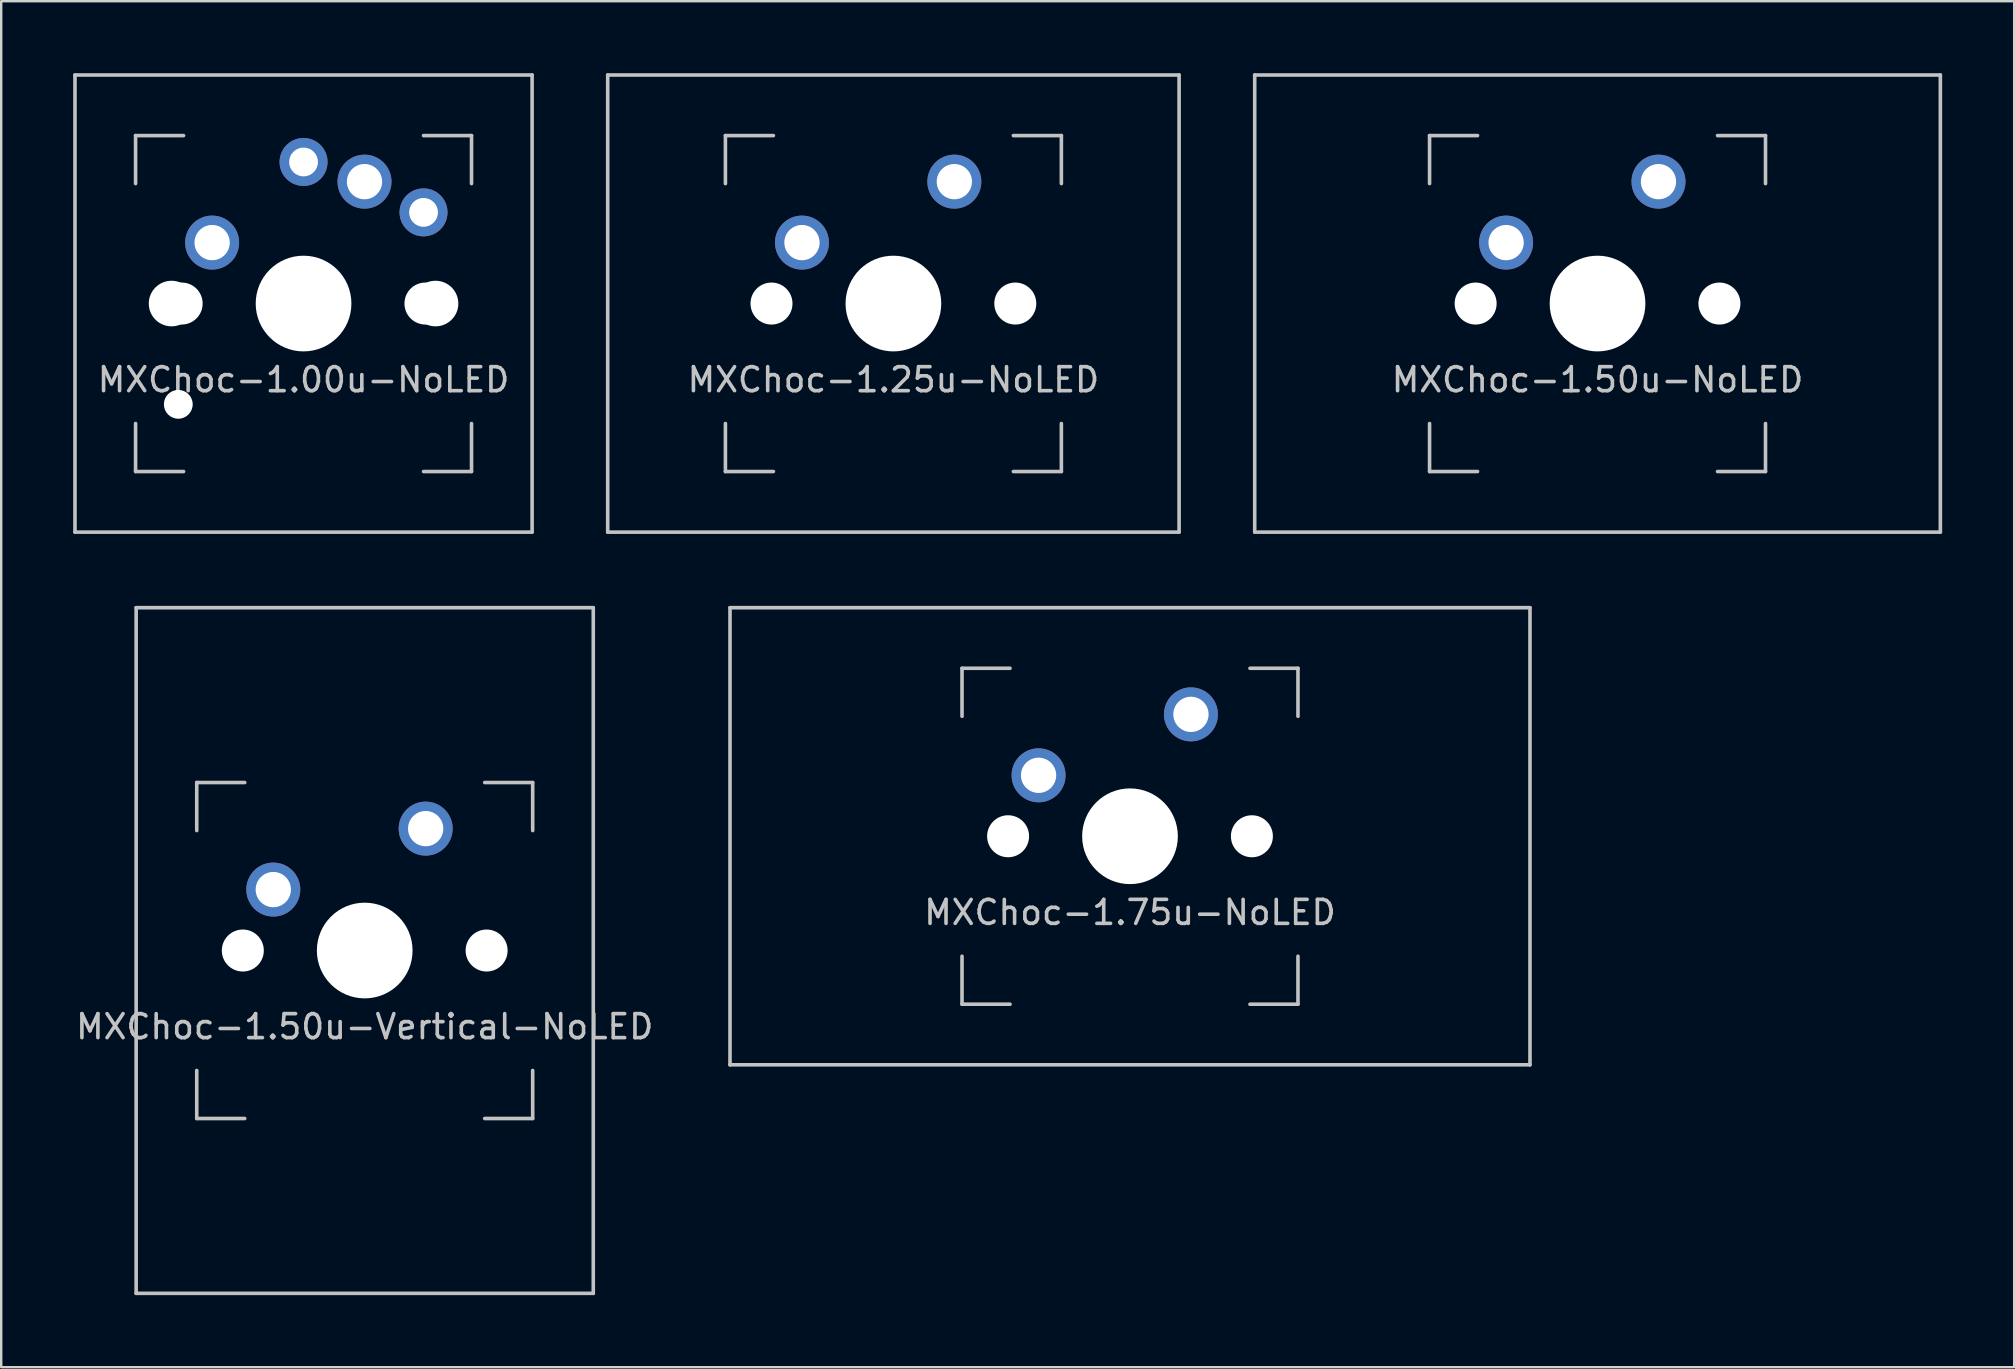
<source format=kicad_pcb>
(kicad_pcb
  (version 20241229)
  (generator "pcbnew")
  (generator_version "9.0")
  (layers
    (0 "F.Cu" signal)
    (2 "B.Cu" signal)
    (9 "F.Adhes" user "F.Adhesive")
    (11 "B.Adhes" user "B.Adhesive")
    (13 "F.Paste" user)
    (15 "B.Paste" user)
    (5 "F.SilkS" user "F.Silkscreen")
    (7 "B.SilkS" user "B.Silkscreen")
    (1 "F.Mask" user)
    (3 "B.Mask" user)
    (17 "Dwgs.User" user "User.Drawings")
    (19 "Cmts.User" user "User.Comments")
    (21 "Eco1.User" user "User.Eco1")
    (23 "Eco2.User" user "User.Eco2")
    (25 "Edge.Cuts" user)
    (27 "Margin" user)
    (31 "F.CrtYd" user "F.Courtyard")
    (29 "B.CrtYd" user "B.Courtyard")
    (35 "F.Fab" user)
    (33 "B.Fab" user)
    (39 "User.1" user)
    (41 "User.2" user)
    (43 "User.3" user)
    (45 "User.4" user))
  (footprint "MXChoc-1.50u-Vertical-NoLED"
    (layer "F.Cu")
    (at 12.149 36.562)
    (property "Reference" "MXChoc-1.50u-Vertical-NoLED" (at 0 3.175 0) (layer "Dwgs.User") (effects (font (size 1 1) (thickness 0.15))))
    (attr through_hole)
    (fp_line (start -9.525 -14.287) (end -9.525 14.287) (stroke (width 0.15) (type solid)) (layer "Dwgs.User"))
    (fp_line (start -7 -7) (end -7 -5) (stroke (width 0.15) (type solid)) (layer "Dwgs.User"))
    (fp_line (start -7 5) (end -7 7) (stroke (width 0.15) (type solid)) (layer "Dwgs.User"))
    (fp_line (start -7 7) (end -5 7) (stroke (width 0.15) (type solid)) (layer "Dwgs.User"))
    (fp_line (start -5 -7) (end -7 -7) (stroke (width 0.15) (type solid)) (layer "Dwgs.User"))
    (fp_line (start 5 -7) (end 7 -7) (stroke (width 0.15) (type solid)) (layer "Dwgs.User"))
    (fp_line (start 5 7) (end 7 7) (stroke (width 0.15) (type solid)) (layer "Dwgs.User"))
    (fp_line (start 7 -7) (end 7 -5) (stroke (width 0.15) (type solid)) (layer "Dwgs.User"))
    (fp_line (start 7 7) (end 7 5) (stroke (width 0.15) (type solid)) (layer "Dwgs.User"))
    (fp_line (start 9.525 -14.287) (end -9.525 -14.287) (stroke (width 0.15) (type solid)) (layer "Dwgs.User"))
    (fp_line (start 9.525 -14.287) (end 9.525 14.287) (stroke (width 0.15) (type solid)) (layer "Dwgs.User"))
    (fp_line (start 9.525 14.287) (end -9.525 14.287) (stroke (width 0.15) (type solid)) (layer "Dwgs.User"))
    (pad "" np_thru_hole circle (at -5.08 0 48.1) (size 1.75 1.75) (drill 1.75) (layers "*.Cu" "*.Mask"))
    (pad "" np_thru_hole circle (at 0 0) (size 3.988 3.988) (drill 3.988) (layers "*.Cu" "*.Mask"))
    (pad "" np_thru_hole circle (at 5.08 0 48.1) (size 1.75 1.75) (drill 1.75) (layers "*.Cu" "*.Mask"))
    (pad "1" thru_hole circle (at -3.81 -2.54) (size 2.25 2.25) (drill 1.47) (layers "*.Cu" "B.Mask"))
    (pad "2" thru_hole circle (at 2.54 -5.08) (size 2.25 2.25) (drill 1.47) (layers "*.Cu" "B.Mask")))
  (footprint "MXChoc-1.75u-NoLED"
    (layer "F.Cu")
    (at 44.041 31.8)
    (property "Reference" "MXChoc-1.75u-NoLED" (at 0 3.175 0) (layer "Dwgs.User") (effects (font (size 1 1) (thickness 0.15))))
    (attr through_hole)
    (fp_line (start -16.669 -9.525) (end 16.669 -9.525) (stroke (width 0.15) (type solid)) (layer "Dwgs.User"))
    (fp_line (start -16.669 9.525) (end -16.669 -9.525) (stroke (width 0.15) (type solid)) (layer "Dwgs.User"))
    (fp_line (start -16.669 9.525) (end 16.669 9.525) (stroke (width 0.15) (type solid)) (layer "Dwgs.User"))
    (fp_line (start -7 -7) (end -7 -5) (stroke (width 0.15) (type solid)) (layer "Dwgs.User"))
    (fp_line (start -7 5) (end -7 7) (stroke (width 0.15) (type solid)) (layer "Dwgs.User"))
    (fp_line (start -7 7) (end -5 7) (stroke (width 0.15) (type solid)) (layer "Dwgs.User"))
    (fp_line (start -5 -7) (end -7 -7) (stroke (width 0.15) (type solid)) (layer "Dwgs.User"))
    (fp_line (start 5 -7) (end 7 -7) (stroke (width 0.15) (type solid)) (layer "Dwgs.User"))
    (fp_line (start 5 7) (end 7 7) (stroke (width 0.15) (type solid)) (layer "Dwgs.User"))
    (fp_line (start 7 -7) (end 7 -5) (stroke (width 0.15) (type solid)) (layer "Dwgs.User"))
    (fp_line (start 7 7) (end 7 5) (stroke (width 0.15) (type solid)) (layer "Dwgs.User"))
    (fp_line (start 16.669 -9.525) (end 16.669 9.525) (stroke (width 0.15) (type solid)) (layer "Dwgs.User"))
    (pad "" np_thru_hole circle (at -5.08 0 48.1) (size 1.75 1.75) (drill 1.75) (layers "*.Cu" "*.Mask"))
    (pad "" np_thru_hole circle (at 0 0) (size 3.988 3.988) (drill 3.988) (layers "*.Cu" "*.Mask"))
    (pad "" np_thru_hole circle (at 5.08 0 48.1) (size 1.75 1.75) (drill 1.75) (layers "*.Cu" "*.Mask"))
    (pad "1" thru_hole circle (at -3.81 -2.54) (size 2.25 2.25) (drill 1.47) (layers "*.Cu" "B.Mask"))
    (pad "2" thru_hole circle (at 2.54 -5.08) (size 2.25 2.25) (drill 1.47) (layers "*.Cu" "B.Mask")))
  (footprint "MXChoc-1.25u-NoLED"
    (layer "F.Cu")
    (at 34.181 9.6)
    (property "Reference" "MXChoc-1.25u-NoLED" (at 0 3.175 0) (layer "Dwgs.User") (effects (font (size 1 1) (thickness 0.15))))
    (attr through_hole)
    (fp_line (start -11.906 -9.525) (end 11.906 -9.525) (stroke (width 0.15) (type solid)) (layer "Dwgs.User"))
    (fp_line (start -11.906 9.525) (end -11.906 -9.525) (stroke (width 0.15) (type solid)) (layer "Dwgs.User"))
    (fp_line (start -11.906 9.525) (end 11.906 9.525) (stroke (width 0.15) (type solid)) (layer "Dwgs.User"))
    (fp_line (start -7 -7) (end -7 -5) (stroke (width 0.15) (type solid)) (layer "Dwgs.User"))
    (fp_line (start -7 5) (end -7 7) (stroke (width 0.15) (type solid)) (layer "Dwgs.User"))
    (fp_line (start -7 7) (end -5 7) (stroke (width 0.15) (type solid)) (layer "Dwgs.User"))
    (fp_line (start -5 -7) (end -7 -7) (stroke (width 0.15) (type solid)) (layer "Dwgs.User"))
    (fp_line (start 5 -7) (end 7 -7) (stroke (width 0.15) (type solid)) (layer "Dwgs.User"))
    (fp_line (start 5 7) (end 7 7) (stroke (width 0.15) (type solid)) (layer "Dwgs.User"))
    (fp_line (start 7 -7) (end 7 -5) (stroke (width 0.15) (type solid)) (layer "Dwgs.User"))
    (fp_line (start 7 7) (end 7 5) (stroke (width 0.15) (type solid)) (layer "Dwgs.User"))
    (fp_line (start 11.906 -9.525) (end 11.906 9.525) (stroke (width 0.15) (type solid)) (layer "Dwgs.User"))
    (pad "" np_thru_hole circle (at -5.08 0 48.1) (size 1.75 1.75) (drill 1.75) (layers "*.Cu" "*.Mask"))
    (pad "" np_thru_hole circle (at 0 0) (size 3.988 3.988) (drill 3.988) (layers "*.Cu" "*.Mask"))
    (pad "" np_thru_hole circle (at 5.08 0 48.1) (size 1.75 1.75) (drill 1.75) (layers "*.Cu" "*.Mask"))
    (pad "1" thru_hole circle (at -3.81 -2.54) (size 2.25 2.25) (drill 1.47) (layers "*.Cu" "B.Mask"))
    (pad "2" thru_hole circle (at 2.54 -5.08) (size 2.25 2.25) (drill 1.47) (layers "*.Cu" "B.Mask")))
  (footprint "MXChoc-1.50u-NoLED"
    (layer "F.Cu")
    (at 63.525 9.6)
    (property "Reference" "MXChoc-1.50u-NoLED" (at 0 3.175 0) (layer "Dwgs.User") (effects (font (size 1 1) (thickness 0.15))))
    (attr through_hole)
    (fp_line (start -14.287 -9.525) (end 14.287 -9.525) (stroke (width 0.15) (type solid)) (layer "Dwgs.User"))
    (fp_line (start -14.287 9.525) (end -14.287 -9.525) (stroke (width 0.15) (type solid)) (layer "Dwgs.User"))
    (fp_line (start -14.287 9.525) (end 14.287 9.525) (stroke (width 0.15) (type solid)) (layer "Dwgs.User"))
    (fp_line (start -7 -7) (end -7 -5) (stroke (width 0.15) (type solid)) (layer "Dwgs.User"))
    (fp_line (start -7 5) (end -7 7) (stroke (width 0.15) (type solid)) (layer "Dwgs.User"))
    (fp_line (start -7 7) (end -5 7) (stroke (width 0.15) (type solid)) (layer "Dwgs.User"))
    (fp_line (start -5 -7) (end -7 -7) (stroke (width 0.15) (type solid)) (layer "Dwgs.User"))
    (fp_line (start 5 -7) (end 7 -7) (stroke (width 0.15) (type solid)) (layer "Dwgs.User"))
    (fp_line (start 5 7) (end 7 7) (stroke (width 0.15) (type solid)) (layer "Dwgs.User"))
    (fp_line (start 7 -7) (end 7 -5) (stroke (width 0.15) (type solid)) (layer "Dwgs.User"))
    (fp_line (start 7 7) (end 7 5) (stroke (width 0.15) (type solid)) (layer "Dwgs.User"))
    (fp_line (start 14.287 -9.525) (end 14.287 9.525) (stroke (width 0.15) (type solid)) (layer "Dwgs.User"))
    (pad "" np_thru_hole circle (at -5.08 0 48.1) (size 1.75 1.75) (drill 1.75) (layers "*.Cu" "*.Mask"))
    (pad "" np_thru_hole circle (at 0 0) (size 3.988 3.988) (drill 3.988) (layers "*.Cu" "*.Mask"))
    (pad "" np_thru_hole circle (at 5.08 0 48.1) (size 1.75 1.75) (drill 1.75) (layers "*.Cu" "*.Mask"))
    (pad "1" thru_hole circle (at -3.81 -2.54) (size 2.25 2.25) (drill 1.47) (layers "*.Cu" "B.Mask"))
    (pad "2" thru_hole circle (at 2.54 -5.08) (size 2.25 2.25) (drill 1.47) (layers "*.Cu" "B.Mask")))
  (footprint "MXChoc-1.00u-NoLED"
    (layer "F.Cu")
    (at 9.6 9.6)
    (property "Reference" "MXChoc-1.00u-NoLED" (at 0 3.175 0) (layer "Dwgs.User") (effects (font (size 1 1) (thickness 0.15))))
    (attr through_hole)
    (fp_line (start -9.525 -9.525) (end 9.525 -9.525) (stroke (width 0.15) (type solid)) (layer "Dwgs.User"))
    (fp_line (start -9.525 9.525) (end -9.525 -9.525) (stroke (width 0.15) (type solid)) (layer "Dwgs.User"))
    (fp_line (start -7 -7) (end -7 -5) (stroke (width 0.15) (type solid)) (layer "Dwgs.User"))
    (fp_line (start -7 5) (end -7 7) (stroke (width 0.15) (type solid)) (layer "Dwgs.User"))
    (fp_line (start -7 7) (end -5 7) (stroke (width 0.15) (type solid)) (layer "Dwgs.User"))
    (fp_line (start -5 -7) (end -7 -7) (stroke (width 0.15) (type solid)) (layer "Dwgs.User"))
    (fp_line (start 5 -7) (end 7 -7) (stroke (width 0.15) (type solid)) (layer "Dwgs.User"))
    (fp_line (start 5 7) (end 7 7) (stroke (width 0.15) (type solid)) (layer "Dwgs.User"))
    (fp_line (start 7 -7) (end 7 -5) (stroke (width 0.15) (type solid)) (layer "Dwgs.User"))
    (fp_line (start 7 7) (end 7 5) (stroke (width 0.15) (type solid)) (layer "Dwgs.User"))
    (fp_line (start 9.525 -9.525) (end 9.525 9.525) (stroke (width 0.15) (type solid)) (layer "Dwgs.User"))
    (fp_line (start 9.525 9.525) (end -9.525 9.525) (stroke (width 0.15) (type solid)) (layer "Dwgs.User"))
    (pad "" np_thru_hole circle (at -5.5 0 48.1) (size 1.9 1.9) (drill 1.9) (layers "*.Cu" "*.Mask"))
    (pad "" np_thru_hole circle (at -5.22 4.2) (size 1.2 1.2) (drill 1.2) (layers "*.Cu" "*.Mask"))
    (pad "" np_thru_hole circle (at -5.08 0 48.1) (size 1.75 1.75) (drill 1.75) (layers "*.Cu" "*.Mask"))
    (pad "" np_thru_hole circle (at 0 0) (size 3.988 3.988) (drill 3.988) (layers "*.Cu" "*.Mask"))
    (pad "" np_thru_hole circle (at 5.08 0 48.1) (size 1.75 1.75) (drill 1.75) (layers "*.Cu" "*.Mask"))
    (pad "" np_thru_hole circle (at 5.5 0 48.1) (size 1.9 1.9) (drill 1.9) (layers "*.Cu" "*.Mask"))
    (pad "1" thru_hole circle (at -3.81 -2.54) (size 2.25 2.25) (drill 1.47) (layers "*.Cu" "B.Mask"))
    (pad "1" thru_hole circle (at 5 -3.8) (size 2 2) (drill 1.2) (layers "*.Cu" "B.Mask"))
    (pad "2" thru_hole circle (at 0 -5.9) (size 2 2) (drill 1.2) (layers "*.Cu" "B.Mask"))
    (pad "2" thru_hole circle (at 2.54 -5.08) (size 2.25 2.25) (drill 1.47) (layers "*.Cu" "B.Mask")))
  (gr_rect
    (start -3 -3)
    (end 80.888 53.925)
    (stroke (width 0.1) (type default))
    (fill no)
    (layer "Edge.Cuts")))
</source>
